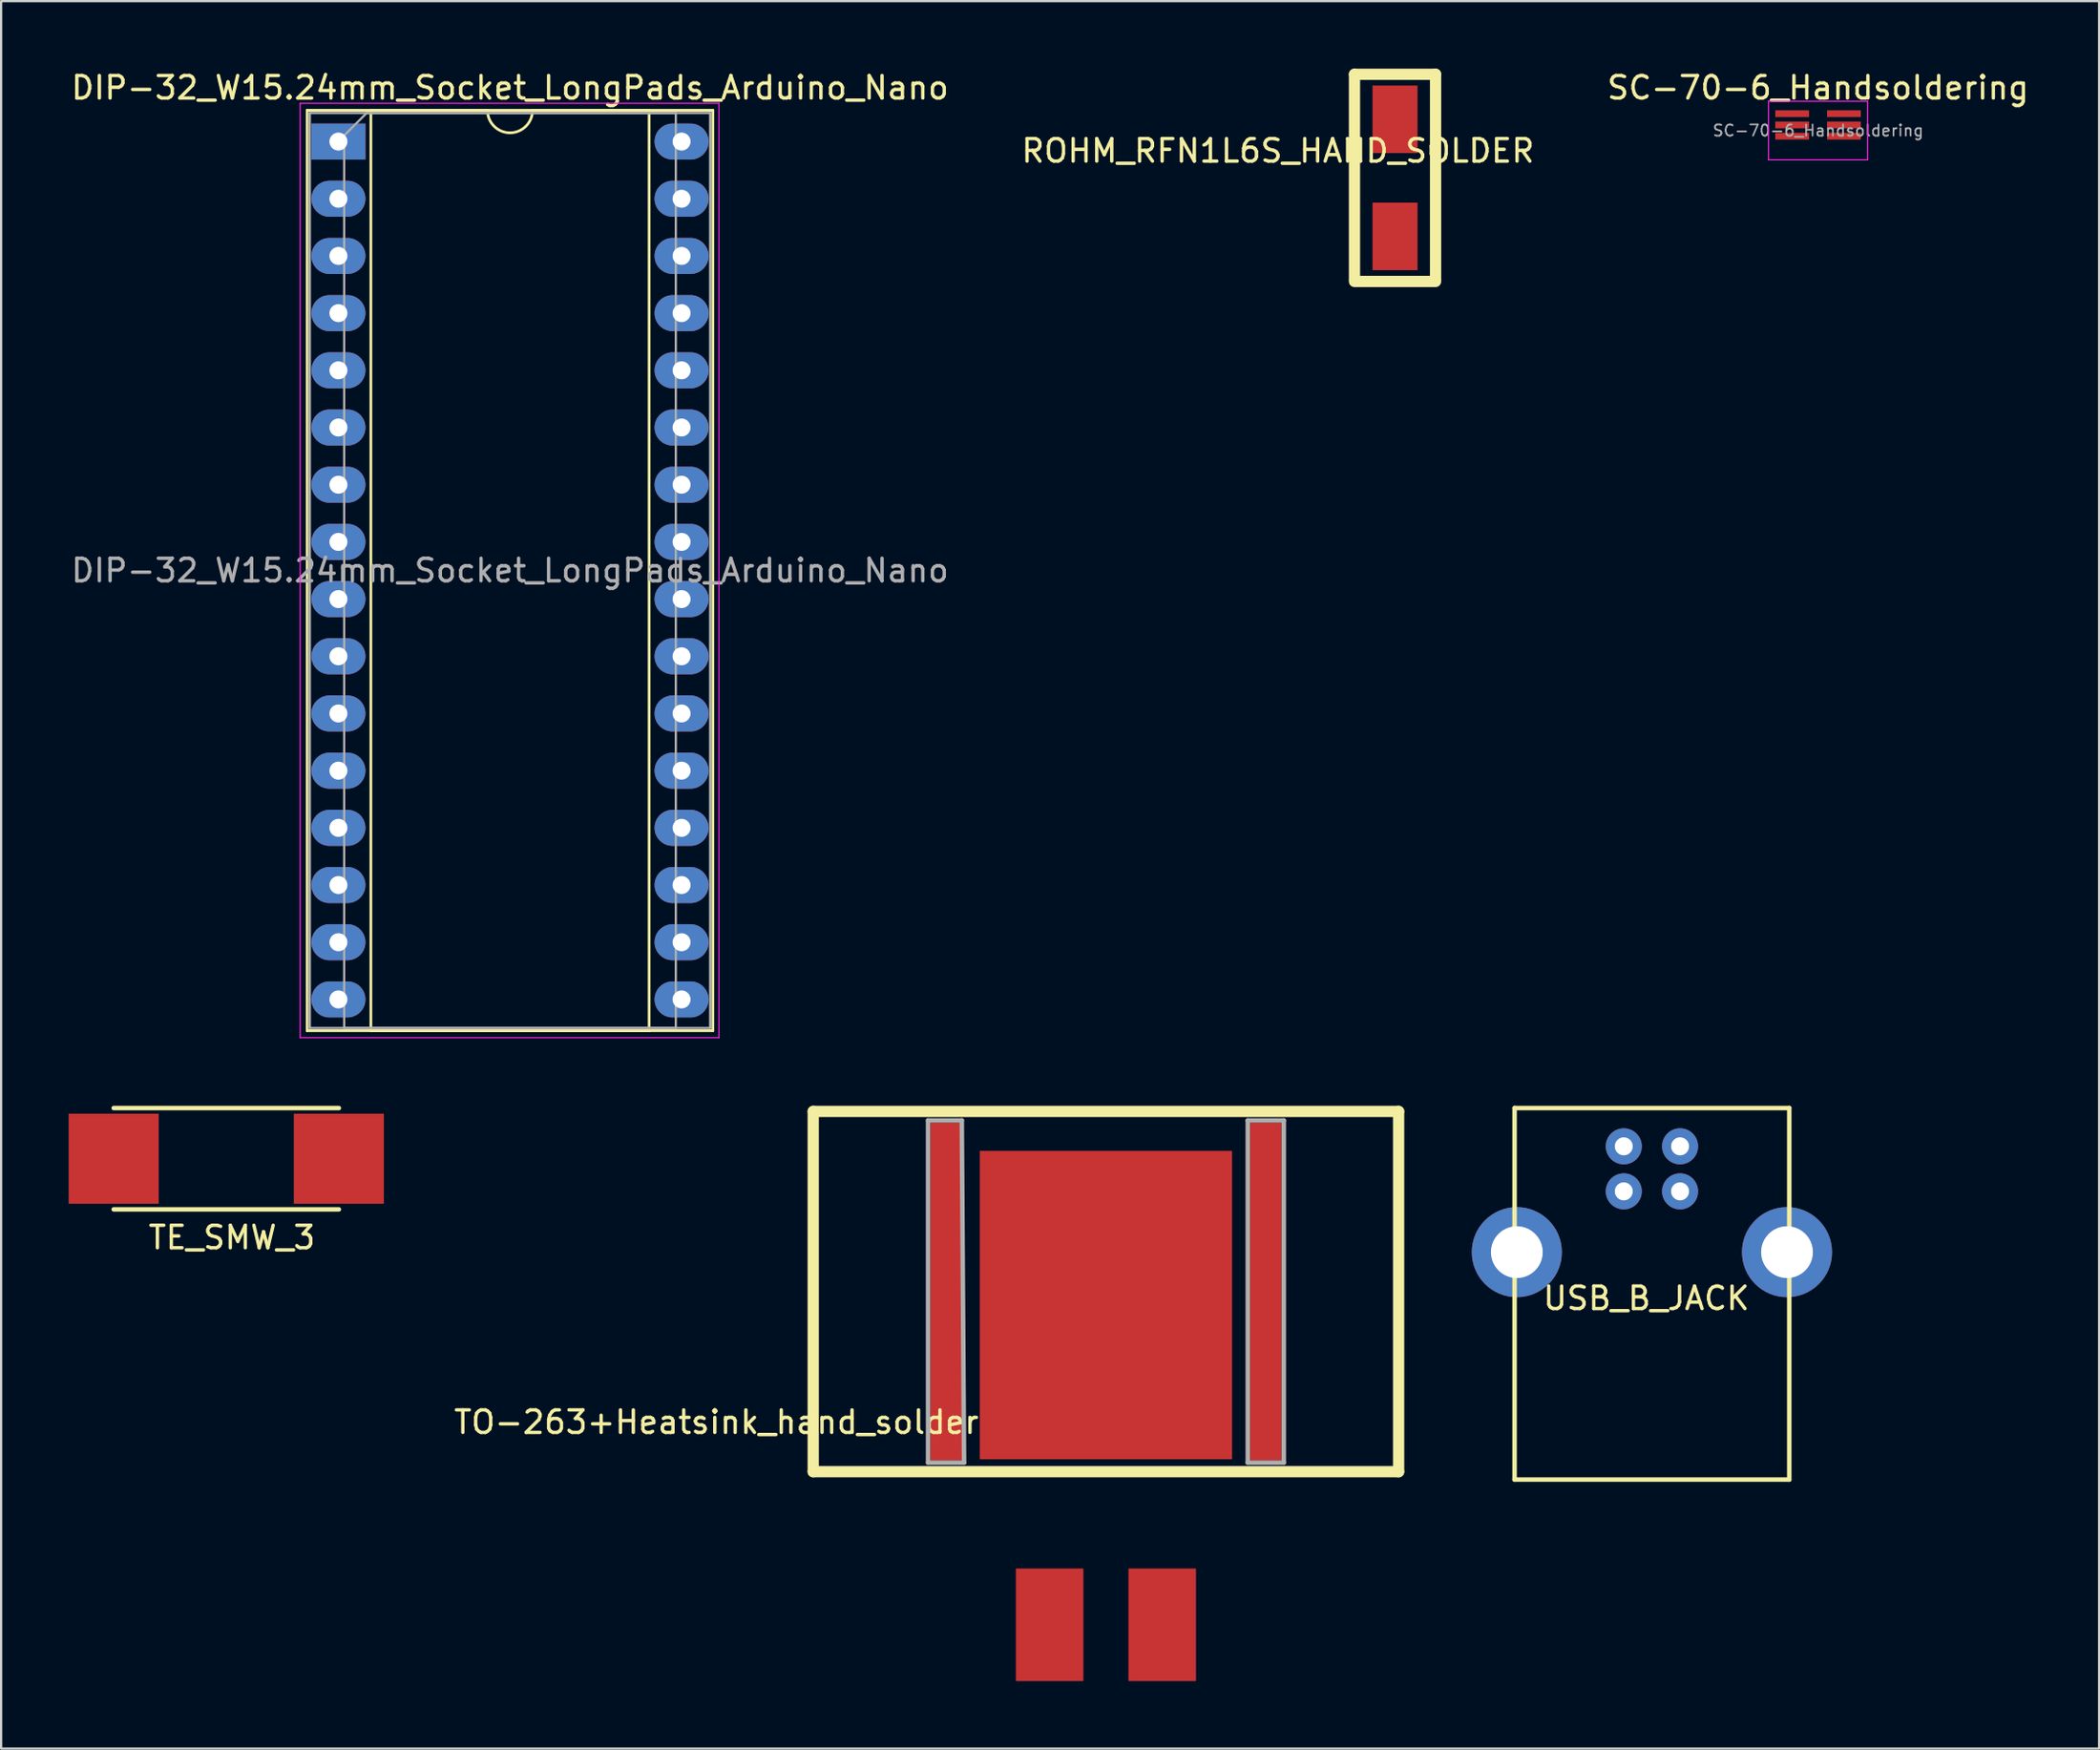
<source format=kicad_pcb>
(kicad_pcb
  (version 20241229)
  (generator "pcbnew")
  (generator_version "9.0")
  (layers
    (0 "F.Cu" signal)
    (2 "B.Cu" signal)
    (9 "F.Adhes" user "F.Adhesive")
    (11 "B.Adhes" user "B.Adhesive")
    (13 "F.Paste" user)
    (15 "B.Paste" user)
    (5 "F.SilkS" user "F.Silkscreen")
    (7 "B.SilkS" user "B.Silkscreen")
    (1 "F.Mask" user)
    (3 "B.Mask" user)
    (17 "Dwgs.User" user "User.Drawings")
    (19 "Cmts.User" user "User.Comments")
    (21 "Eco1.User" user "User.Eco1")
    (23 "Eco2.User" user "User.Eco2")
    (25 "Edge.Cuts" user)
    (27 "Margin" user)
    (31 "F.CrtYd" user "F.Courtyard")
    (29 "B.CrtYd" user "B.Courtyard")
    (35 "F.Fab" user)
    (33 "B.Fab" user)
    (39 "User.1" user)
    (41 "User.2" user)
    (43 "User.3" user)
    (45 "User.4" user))
  (footprint "USB_B_JACK"
    (layer "F.Cu")
    (at 70.318 47.863)
    (property "Reference" "USB_B_JACK" (at -0.25 6.75 0) (layer "F.SilkS") (effects (font (size 1 1) (thickness 0.15))))
    (attr through_hole)
    (fp_line (start -6.1 -1.7) (end 6.1 -1.7) (stroke (width 0.2) (type solid)) (layer "F.SilkS"))
    (fp_line (start -6.1 14.8) (end -6.1 -1.7) (stroke (width 0.2) (type solid)) (layer "F.SilkS"))
    (fp_line (start 6.1 -1.7) (end 6.1 14.8) (stroke (width 0.2) (type solid)) (layer "F.SilkS"))
    (fp_line (start 6.1 14.8) (end -6.1 14.8) (stroke (width 0.2) (type solid)) (layer "F.SilkS"))
    (pad "" thru_hole circle (at -6 4.7) (size 4 4) (drill 2.3) (layers "*.Cu" "*.Mask"))
    (pad "" thru_hole circle (at 6 4.7) (size 4 4) (drill 2.3) (layers "*.Cu" "*.Mask"))
    (pad "1" thru_hole circle (at 1.25 0) (size 1.6 1.6) (drill 0.8) (layers "*.Cu" "*.Mask"))
    (pad "2" thru_hole circle (at -1.25 0) (size 1.6 1.6) (drill 0.8) (layers "*.Cu" "*.Mask"))
    (pad "3" thru_hole circle (at -1.25 2) (size 1.6 1.6) (drill 0.8) (layers "*.Cu" "*.Mask"))
    (pad "4" thru_hole circle (at 1.25 2) (size 1.6 1.6) (drill 0.8) (layers "*.Cu" "*.Mask")))
  (footprint "TE_SMW_3"
    (layer "F.Cu")
    (at 2 48.413)
    (property "Reference" "TE_SMW_3" (at 5.25 3.5 0) (layer "F.SilkS") (effects (font (size 1 1) (thickness 0.15))))
    (attr through_hole)
    (fp_line (start 0 -2.25) (end 10 -2.25) (stroke (width 0.2) (type solid)) (layer "F.SilkS"))
    (fp_line (start 10 2.25) (end 0 2.25) (stroke (width 0.2) (type solid)) (layer "F.SilkS"))
    (pad "1" smd rect (at 0 0) (size 4 4) (layers "F.Cu" "F.Mask" "F.Paste"))
    (pad "2" smd rect (at 10 0) (size 4 4) (layers "F.Cu" "F.Mask" "F.Paste")))
  (footprint "SC-70-6_Handsoldering"
    (layer "F.Cu")
    (at 77.696 2.748)
    (property "Reference" "SC-70-6_Handsoldering" (at 0 -1.9 0) (layer "F.SilkS") (effects (font (size 1 1) (thickness 0.15))))
    (attr smd)
    (fp_line (start -2.2 -1.3) (end 2.2 -1.3) (stroke (width 0.05) (type solid)) (layer "F.CrtYd"))
    (fp_line (start -2.2 1.3) (end -2.2 -1.3) (stroke (width 0.05) (type solid)) (layer "F.CrtYd"))
    (fp_line (start 2.2 -1.3) (end 2.2 1.3) (stroke (width 0.05) (type solid)) (layer "F.CrtYd"))
    (fp_line (start 2.2 1.3) (end -2.2 1.3) (stroke (width 0.05) (type solid)) (layer "F.CrtYd"))
    (fp_text user "${REFERENCE}" (at 0.005 0 0) (layer "F.Fab") (effects (font (size 0.5 0.5) (thickness 0.075))))
    (pad "1" smd rect (at -1.15 -0.75 270) (size 0.3 1.5) (layers "F.Cu" "F.Mask" "F.Paste"))
    (pad "2" smd rect (at -1.15 -0.25 270) (size 0.3 1.5) (layers "F.Cu" "F.Mask" "F.Paste"))
    (pad "3" smd rect (at -1.15 0.25 270) (size 0.3 1.5) (layers "F.Cu" "F.Mask" "F.Paste"))
    (pad "4" smd rect (at 1.15 0.25 270) (size 0.3 1.5) (layers "F.Cu" "F.Mask" "F.Paste"))
    (pad "5" smd rect (at 1.15 -0.25 270) (size 0.3 1.5) (layers "F.Cu" "F.Mask" "F.Paste"))
    (pad "6" smd rect (at 1.15 -0.75 270) (size 0.3 1.5) (layers "F.Cu" "F.Mask" "F.Paste")))
  (footprint "DIP-32_W15.24mm_Socket_LongPads_Arduino_Nano"
    (layer "F.Cu")
    (at 11.981 3.238)
    (property "Reference" "DIP-32_W15.24mm_Socket_LongPads_Arduino_Nano" (at 7.62 -2.39 0) (layer "F.SilkS") (effects (font (size 1 1) (thickness 0.15))))
    (attr through_hole)
    (fp_line (start -1.39 -1.39) (end -1.39 39.49) (stroke (width 0.12) (type solid)) (layer "F.SilkS"))
    (fp_line (start -1.39 39.49) (end 16.63 39.49) (stroke (width 0.12) (type solid)) (layer "F.SilkS"))
    (fp_line (start 1.44 -1.39) (end 1.44 39.49) (stroke (width 0.12) (type solid)) (layer "F.SilkS"))
    (fp_line (start 1.44 39.49) (end 13.8 39.49) (stroke (width 0.12) (type solid)) (layer "F.SilkS"))
    (fp_line (start 6.62 -1.39) (end 1.44 -1.39) (stroke (width 0.12) (type solid)) (layer "F.SilkS"))
    (fp_line (start 13.8 -1.39) (end 8.62 -1.39) (stroke (width 0.12) (type solid)) (layer "F.SilkS"))
    (fp_line (start 13.8 39.49) (end 13.8 -1.39) (stroke (width 0.12) (type solid)) (layer "F.SilkS"))
    (fp_line (start 16.63 -1.39) (end -1.39 -1.39) (stroke (width 0.12) (type solid)) (layer "F.SilkS"))
    (fp_line (start 16.63 39.49) (end 16.63 -1.39) (stroke (width 0.12) (type solid)) (layer "F.SilkS"))
    (fp_arc (start 8.62 -1.39) (mid 7.62 -0.39) (end 6.62 -1.39) (stroke (width 0.12) (type solid)) (layer "F.SilkS"))
    (fp_line (start -1.7 -1.7) (end -1.7 39.8) (stroke (width 0.05) (type solid)) (layer "F.CrtYd"))
    (fp_line (start -1.7 39.8) (end 16.9 39.8) (stroke (width 0.05) (type solid)) (layer "F.CrtYd"))
    (fp_line (start 16.9 -1.7) (end -1.7 -1.7) (stroke (width 0.05) (type solid)) (layer "F.CrtYd"))
    (fp_line (start 16.9 39.8) (end 16.9 -1.7) (stroke (width 0.05) (type solid)) (layer "F.CrtYd"))
    (fp_line (start -1.27 -1.27) (end -1.27 39.37) (stroke (width 0.1) (type solid)) (layer "F.Fab"))
    (fp_line (start -1.27 39.37) (end 16.51 39.37) (stroke (width 0.1) (type solid)) (layer "F.Fab"))
    (fp_line (start 0.255 -0.27) (end 1.255 -1.27) (stroke (width 0.1) (type solid)) (layer "F.Fab"))
    (fp_line (start 0.255 39.37) (end 0.255 -0.27) (stroke (width 0.1) (type solid)) (layer "F.Fab"))
    (fp_line (start 1.255 -1.27) (end 14.985 -1.27) (stroke (width 0.1) (type solid)) (layer "F.Fab"))
    (fp_line (start 14.985 -1.27) (end 14.985 39.37) (stroke (width 0.1) (type solid)) (layer "F.Fab"))
    (fp_line (start 14.985 39.37) (end 0.255 39.37) (stroke (width 0.1) (type solid)) (layer "F.Fab"))
    (fp_line (start 16.51 -1.27) (end -1.27 -1.27) (stroke (width 0.1) (type solid)) (layer "F.Fab"))
    (fp_line (start 16.51 39.37) (end 16.51 -1.27) (stroke (width 0.1) (type solid)) (layer "F.Fab"))
    (fp_text user "${REFERENCE}" (at 7.62 19.05 0) (layer "F.Fab") (effects (font (size 1 1) (thickness 0.15))))
    (pad "" thru_hole oval (at 0 38.1) (size 2.4 1.6) (drill 0.8) (layers "*.Cu" "*.Mask"))
    (pad "" thru_hole oval (at 15.24 38.1) (size 2.4 1.6) (drill 0.8) (layers "*.Cu" "*.Mask"))
    (pad "1" thru_hole rect (at 0 0) (size 2.4 1.6) (drill 0.8) (layers "*.Cu" "*.Mask"))
    (pad "2" thru_hole oval (at 0 2.54) (size 2.4 1.6) (drill 0.8) (layers "*.Cu" "*.Mask"))
    (pad "3" thru_hole oval (at 0 5.08) (size 2.4 1.6) (drill 0.8) (layers "*.Cu" "*.Mask"))
    (pad "4" thru_hole oval (at 0 7.62) (size 2.4 1.6) (drill 0.8) (layers "*.Cu" "*.Mask"))
    (pad "5" thru_hole oval (at 0 10.16) (size 2.4 1.6) (drill 0.8) (layers "*.Cu" "*.Mask"))
    (pad "6" thru_hole oval (at 0 12.7) (size 2.4 1.6) (drill 0.8) (layers "*.Cu" "*.Mask"))
    (pad "7" thru_hole oval (at 0 15.24) (size 2.4 1.6) (drill 0.8) (layers "*.Cu" "*.Mask"))
    (pad "8" thru_hole oval (at 0 17.78) (size 2.4 1.6) (drill 0.8) (layers "*.Cu" "*.Mask"))
    (pad "9" thru_hole oval (at 0 20.32) (size 2.4 1.6) (drill 0.8) (layers "*.Cu" "*.Mask"))
    (pad "10" thru_hole oval (at 0 22.86) (size 2.4 1.6) (drill 0.8) (layers "*.Cu" "*.Mask"))
    (pad "11" thru_hole oval (at 0 25.4) (size 2.4 1.6) (drill 0.8) (layers "*.Cu" "*.Mask"))
    (pad "12" thru_hole oval (at 0 27.94) (size 2.4 1.6) (drill 0.8) (layers "*.Cu" "*.Mask"))
    (pad "13" thru_hole oval (at 0 30.48) (size 2.4 1.6) (drill 0.8) (layers "*.Cu" "*.Mask"))
    (pad "14" thru_hole oval (at 0 33.02) (size 2.4 1.6) (drill 0.8) (layers "*.Cu" "*.Mask"))
    (pad "15" thru_hole oval (at 0 35.56) (size 2.4 1.6) (drill 0.8) (layers "*.Cu" "*.Mask"))
    (pad "16" thru_hole oval (at 15.24 35.56) (size 2.4 1.6) (drill 0.8) (layers "*.Cu" "*.Mask"))
    (pad "17" thru_hole oval (at 15.24 33.02) (size 2.4 1.6) (drill 0.8) (layers "*.Cu" "*.Mask"))
    (pad "18" thru_hole oval (at 15.24 30.48) (size 2.4 1.6) (drill 0.8) (layers "*.Cu" "*.Mask"))
    (pad "19" thru_hole oval (at 15.24 27.94) (size 2.4 1.6) (drill 0.8) (layers "*.Cu" "*.Mask"))
    (pad "20" thru_hole oval (at 15.24 25.4) (size 2.4 1.6) (drill 0.8) (layers "*.Cu" "*.Mask"))
    (pad "21" thru_hole oval (at 15.24 22.86) (size 2.4 1.6) (drill 0.8) (layers "*.Cu" "*.Mask"))
    (pad "22" thru_hole oval (at 15.24 20.32) (size 2.4 1.6) (drill 0.8) (layers "*.Cu" "*.Mask"))
    (pad "23" thru_hole oval (at 15.24 17.78) (size 2.4 1.6) (drill 0.8) (layers "*.Cu" "*.Mask"))
    (pad "24" thru_hole oval (at 15.24 15.24) (size 2.4 1.6) (drill 0.8) (layers "*.Cu" "*.Mask"))
    (pad "25" thru_hole oval (at 15.24 12.7) (size 2.4 1.6) (drill 0.8) (layers "*.Cu" "*.Mask"))
    (pad "26" thru_hole oval (at 15.24 10.16) (size 2.4 1.6) (drill 0.8) (layers "*.Cu" "*.Mask"))
    (pad "27" thru_hole oval (at 15.24 7.62) (size 2.4 1.6) (drill 0.8) (layers "*.Cu" "*.Mask"))
    (pad "28" thru_hole oval (at 15.24 5.08) (size 2.4 1.6) (drill 0.8) (layers "*.Cu" "*.Mask"))
    (pad "29" thru_hole oval (at 15.24 2.54) (size 2.4 1.6) (drill 0.8) (layers "*.Cu" "*.Mask"))
    (pad "30" thru_hole oval (at 15.24 0) (size 2.4 1.6) (drill 0.8) (layers "*.Cu" "*.Mask")))
  (footprint "TO-263+Heatsink_hand_solder"
    (layer "F.Cu")
    (at 46.068 54.913)
    (property "Reference" "TO-263+Heatsink_hand_solder" (at -17.3 5.2 0) (layer "F.SilkS") (effects (font (size 1 1) (thickness 0.15))))
    (attr through_hole)
    (fp_line (start -13 -8.6) (end -13 7.4) (stroke (width 0.5) (type solid)) (layer "F.SilkS"))
    (fp_line (start -13 -8.6) (end 13 -8.6) (stroke (width 0.5) (type solid)) (layer "F.SilkS"))
    (fp_line (start -13 7.4) (end 13 7.4) (stroke (width 0.5) (type solid)) (layer "F.SilkS"))
    (fp_line (start 13 7.4) (end 13 -8.6) (stroke (width 0.5) (type solid)) (layer "F.SilkS"))
    (fp_line (start -7.9 -8.2) (end -7.9 7) (stroke (width 0.2) (type solid)) (layer "F.Fab"))
    (fp_line (start -7.9 7) (end -6.3 7) (stroke (width 0.2) (type solid)) (layer "F.Fab"))
    (fp_line (start -6.4 -8.2) (end -7.9 -8.2) (stroke (width 0.2) (type solid)) (layer "F.Fab"))
    (fp_line (start -6.3 7) (end -6.4 -8.2) (stroke (width 0.2) (type solid)) (layer "F.Fab"))
    (fp_line (start 6.3 -8.2) (end 7.9 -8.2) (stroke (width 0.2) (type solid)) (layer "F.Fab"))
    (fp_line (start 6.3 7) (end 6.3 -8.2) (stroke (width 0.2) (type solid)) (layer "F.Fab"))
    (fp_line (start 7.9 -8.2) (end 7.9 7) (stroke (width 0.2) (type solid)) (layer "F.Fab"))
    (fp_line (start 7.9 7) (end 6.3 7) (stroke (width 0.2) (type solid)) (layer "F.Fab"))
    (pad "" smd rect (at -7.1 0) (size 1.4 15) (drill (offset 0 -0.6)) (layers "F.Cu" "F.Mask" "F.Paste"))
    (pad "" smd rect (at 7.1 0) (size 1.4 15) (drill (offset 0 -0.6)) (layers "F.Cu" "F.Mask" "F.Paste"))
    (pad "1" smd rect (at -2.5 13.7) (size 3 5) (drill (offset 0 0.5)) (layers "F.Cu" "F.Mask" "F.Paste"))
    (pad "2" smd rect (at 0 0) (size 11.2 13.7) (layers "F.Cu" "F.Mask" "F.Paste"))
    (pad "3" smd rect (at 2.5 13.7) (size 3 5) (drill (offset 0 0.5)) (layers "F.Cu" "F.Mask" "F.Paste")))
  (footprint "ROHM_RFN1L6S_HAND_SOLDER"
    (layer "F.Cu")
    (at 58.908 2.75)
    (property "Reference" "ROHM_RFN1L6S_HAND_SOLDER" (at -5.2 0.9 0) (layer "F.SilkS") (effects (font (size 1 1) (thickness 0.15))))
    (attr through_hole)
    (fp_line (start -1.8 -2.5) (end -1.8 6.6) (stroke (width 0.5) (type solid)) (layer "F.SilkS"))
    (fp_line (start -1.8 6.7) (end 1.8 6.7) (stroke (width 0.5) (type solid)) (layer "F.SilkS"))
    (fp_line (start 1.8 -2.5) (end -1.8 -2.5) (stroke (width 0.5) (type solid)) (layer "F.SilkS"))
    (fp_line (start 1.8 6.6) (end 1.8 -2.5) (stroke (width 0.5) (type solid)) (layer "F.SilkS"))
    (pad "1" smd trapezoid (at 0 0) (size 2 3) (drill (offset 0 -0.5)) (layers "F.Cu" "F.Mask"))
    (pad "2" smd trapezoid (at 0 4.2) (size 2 3) (drill (offset 0 0.5)) (layers "F.Cu" "F.Mask")))
  (gr_rect
    (start -3 -3)
    (end 90.179 74.613)
    (stroke (width 0.1) (type default))
    (fill no)
    (layer "Edge.Cuts")))
</source>
